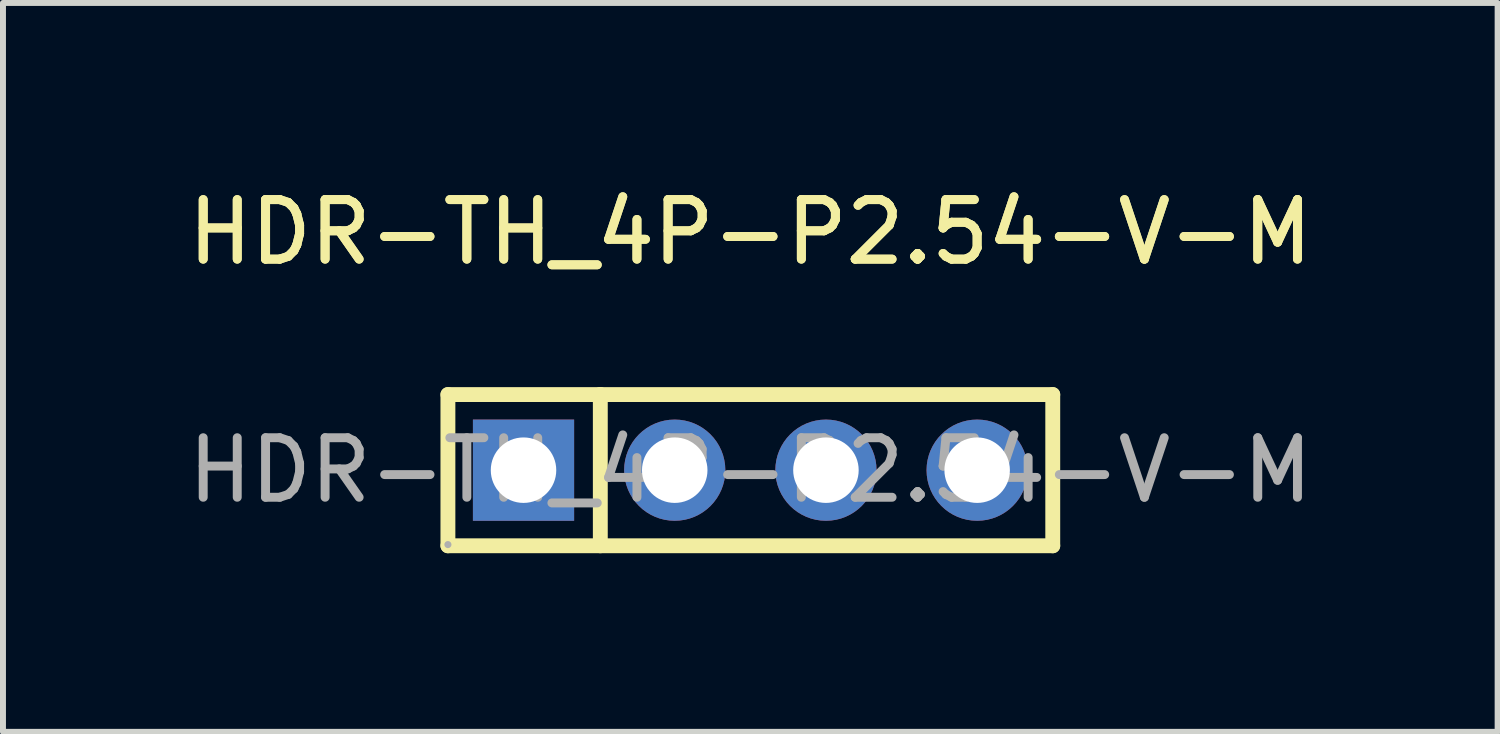
<source format=kicad_pcb>
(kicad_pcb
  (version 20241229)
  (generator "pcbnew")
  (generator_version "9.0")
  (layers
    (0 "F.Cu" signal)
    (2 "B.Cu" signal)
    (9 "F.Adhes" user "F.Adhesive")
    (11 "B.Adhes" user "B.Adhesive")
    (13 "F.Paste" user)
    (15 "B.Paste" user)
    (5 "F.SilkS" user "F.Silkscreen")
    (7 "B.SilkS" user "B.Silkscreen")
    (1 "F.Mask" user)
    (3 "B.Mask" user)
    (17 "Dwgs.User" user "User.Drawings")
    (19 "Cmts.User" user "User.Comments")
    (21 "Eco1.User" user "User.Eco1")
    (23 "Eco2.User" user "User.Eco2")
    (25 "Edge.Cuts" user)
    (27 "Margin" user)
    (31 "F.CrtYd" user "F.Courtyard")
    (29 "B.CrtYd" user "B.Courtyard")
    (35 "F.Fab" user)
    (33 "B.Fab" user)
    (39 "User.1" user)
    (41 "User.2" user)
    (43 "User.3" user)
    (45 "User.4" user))
  (footprint "HDR-TH_4P-P2.54-V-M"
    (layer "F.Cu")
    (at 9.554 4.848)
    (property "Reference" "HDR-TH_4P-P2.54-V-M" (at 0 -4 0) (layer "F.SilkS") (effects (font (size 1 1) (thickness 0.15))))
    (attr through_hole)
    (fp_line (start -5.08 -1.27) (end -2.52 -1.27) (stroke (width 0.25) (type solid)) (layer "F.SilkS"))
    (fp_line (start -5.08 1.27) (end -5.08 -1.27) (stroke (width 0.25) (type solid)) (layer "F.SilkS"))
    (fp_line (start -2.52 -1.27) (end -2.52 1.27) (stroke (width 0.25) (type solid)) (layer "F.SilkS"))
    (fp_line (start -2.52 -1.27) (end 5.08 -1.27) (stroke (width 0.25) (type solid)) (layer "F.SilkS"))
    (fp_line (start 5.08 -1.27) (end 5.08 1.27) (stroke (width 0.25) (type solid)) (layer "F.SilkS"))
    (fp_line (start 5.08 1.27) (end -5.08 1.27) (stroke (width 0.25) (type solid)) (layer "F.SilkS"))
    (fp_circle (center -5.08 1.25) (end -5.05 1.25) (stroke (width 0.06) (type solid)) (fill no) (layer "F.Fab"))
    (fp_text user "${REFERENCE}" (at 0 -4 0) (layer "F.SilkS") (effects (font (size 1 1) (thickness 0.15))))
    (fp_text user "${REFERENCE}" (at 0 0 0) (layer "F.Fab") (effects (font (size 1 1) (thickness 0.15))))
    (pad "1" thru_hole rect (at -3.81 0) (size 1.7 1.7) (drill 1.1) (layers "*.Cu" "*.Mask"))
    (pad "2" thru_hole circle (at -1.27 0) (size 1.7 1.7) (drill 1.1) (layers "*.Cu" "*.Mask"))
    (pad "3" thru_hole circle (at 1.27 0) (size 1.7 1.7) (drill 1.1) (layers "*.Cu" "*.Mask"))
    (pad "4" thru_hole circle (at 3.81 0) (size 1.7 1.7) (drill 1.1) (layers "*.Cu" "*.Mask")))
  (gr_rect
    (start -3 -3)
    (end 22.107 9.243)
    (stroke (width 0.1) (type default))
    (fill no)
    (layer "Edge.Cuts")))
</source>
